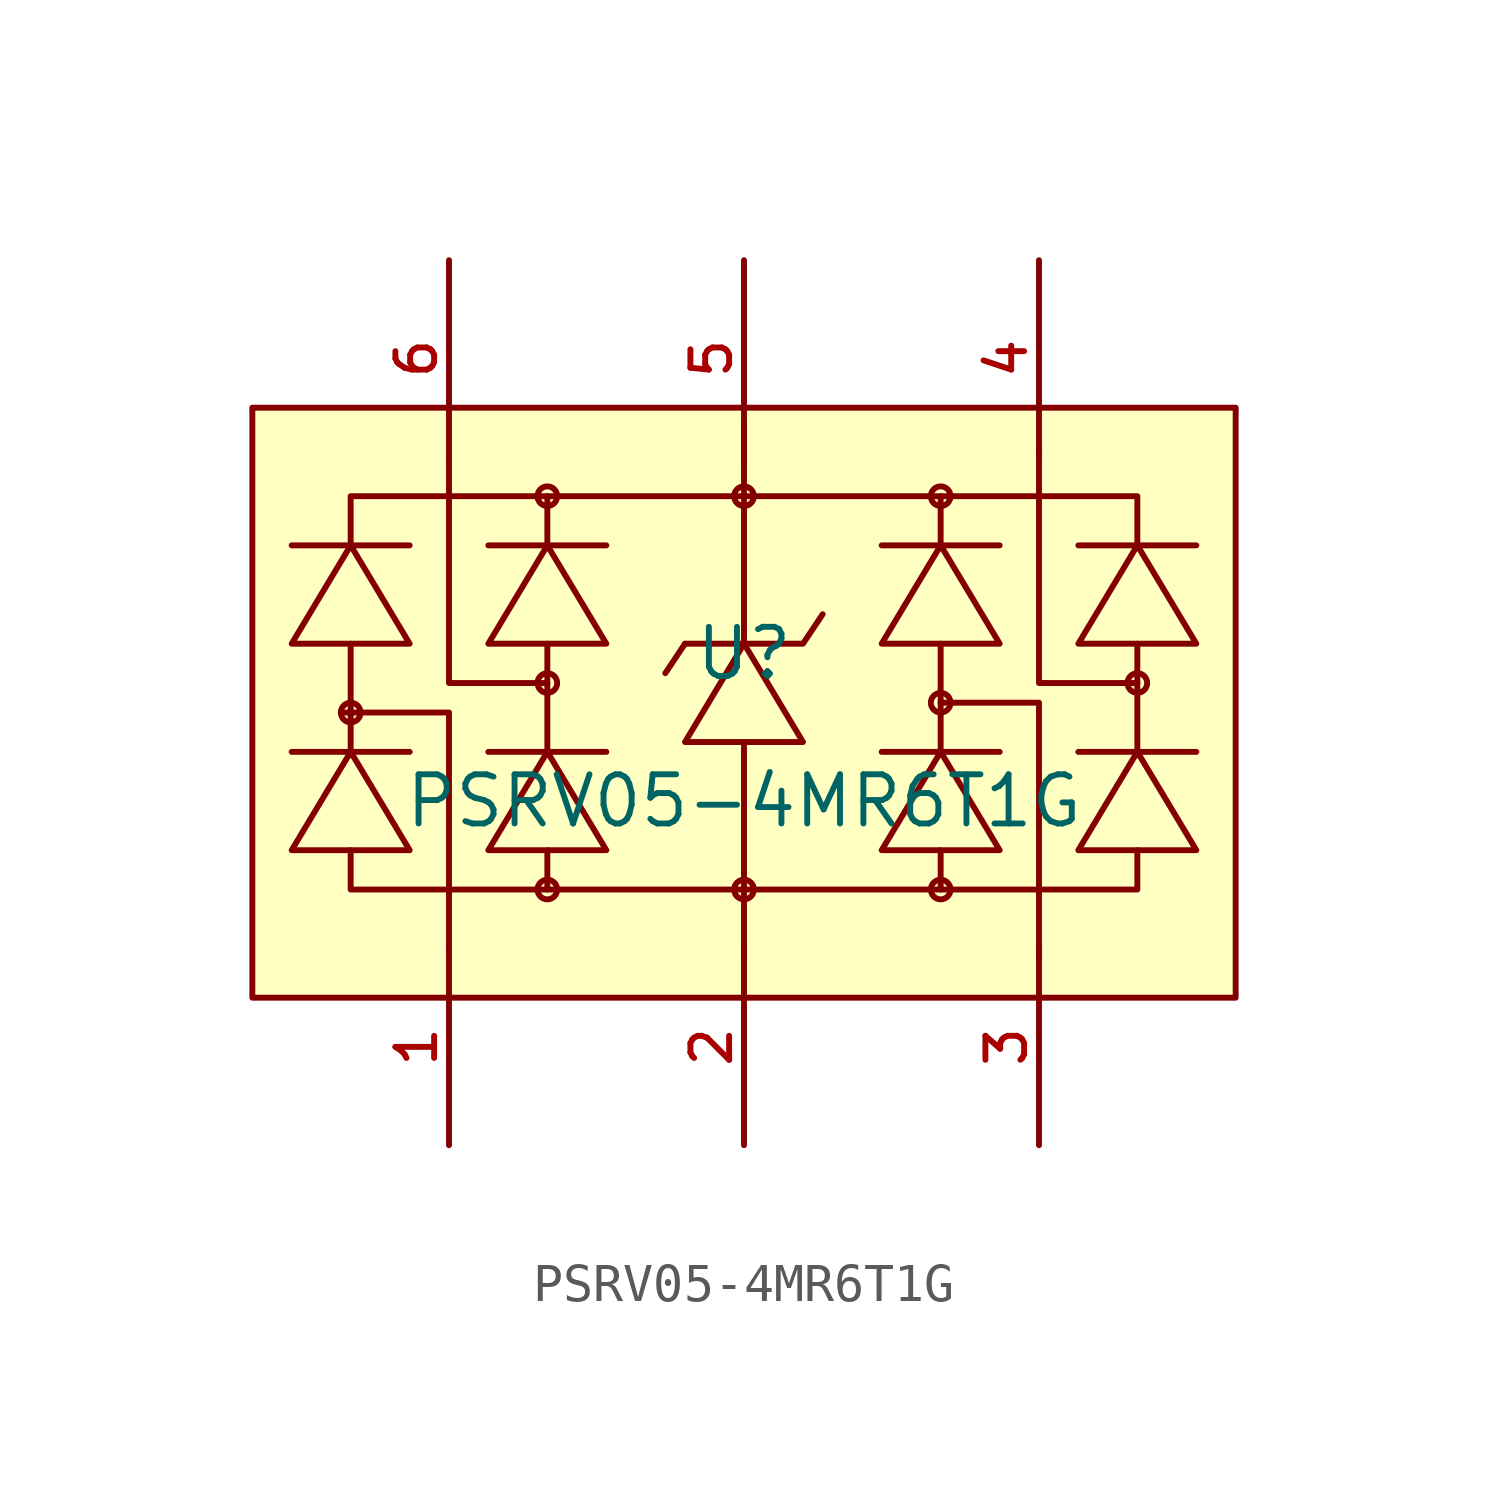
<source format=kicad_sym>
(kicad_symbol_lib
  (version 20210201)
  (generator TousstNicolas/JLC2KiCad_lib)
  (symbol "PSRV05-4MR6T1G"
    (pin_names hide)
    (property "Reference" "U"
      (at 0 1.27 0)
      (effects (font (size 1.27 1.27))))
    (property "Value" "PSRV05-4MR6T1G"
      (at 0 -2.54 0)
      (effects (font (size 1.27 1.27))))
    (symbol "PSRV05-4MR6T1G_0_1"
      (polyline (pts (xy -1.524 1.524) (xy -2.032 0.762)) (stroke (width 0) (type default) (color 0 0 0 0)) (fill (type none)))
      (polyline (pts (xy 0.0 -4.826) (xy 0.0 -6.604)) (stroke (width 0) (type default) (color 0 0 0 0)) (fill (type none)))
      (pin unspecified line (at -7.62 11.43 270) (length 5.08) (name "6" (effects (font (size 1 1)))) (number "6" (effects (font (size 1 1)))))
      (pin unspecified line (at 0.0 11.43 270) (length 5.08) (name "5" (effects (font (size 1 1)))) (number "5" (effects (font (size 1 1)))))
      (pin unspecified line (at 7.62 11.43 270) (length 5.08) (name "4" (effects (font (size 1 1)))) (number "4" (effects (font (size 1 1)))))
      (pin unspecified line (at 7.62 -11.43 90) (length 5.08) (name "3" (effects (font (size 1 1)))) (number "3" (effects (font (size 1 1)))))
      (pin unspecified line (at 0.0 -11.43 90) (length 5.08) (name "2" (effects (font (size 1 1)))) (number "2" (effects (font (size 1 1)))))
      (pin unspecified line (at -7.62 -11.43 90) (length 5.08) (name "1" (effects (font (size 1 1)))) (number "1" (effects (font (size 1 1)))))
      (polyline (pts (xy 10.16 0.508) (xy 7.62 0.508) (xy 7.62 6.604)) (stroke (width 0) (type default) (color 0 0 0 0)) (fill (type none)))
      (polyline (pts (xy 5.08 -0.0) (xy 7.62 -0.0) (xy 7.62 -6.604)) (stroke (width 0) (type default) (color 0 0 0 0)) (fill (type none)))
      (polyline (pts (xy 0.0 7.112) (xy 0.0 5.334)) (stroke (width 0) (type default) (color 0 0 0 0)) (fill (type none)))
      (polyline (pts (xy -5.08 0.508) (xy -7.62 0.508) (xy -7.62 6.096) (xy -7.62 6.35)) (stroke (width 0) (type default) (color 0 0 0 0)) (fill (type none)))
      (polyline (pts (xy -10.414 -0.254) (xy -7.62 -0.254) (xy -7.62 -6.35) (xy -7.62 -6.35)) (stroke (width 0) (type default) (color 0 0 0 0)) (fill (type none)))
      (circle (center 10.16 0.508) (radius 0.254) (stroke (width 0) (type default) (color 0 0 0 0)) (fill (type background)))
      (circle (center 5.08 -0.0) (radius 0.254) (stroke (width 0) (type default) (color 0 0 0 0)) (fill (type background)))
      (circle (center -5.08 0.508) (radius 0.254) (stroke (width 0) (type default) (color 0 0 0 0)) (fill (type background)))
      (circle (center -10.16 -0.254) (radius 0.254) (stroke (width 0) (type default) (color 0 0 0 0)) (fill (type background)))
      (circle (center -5.08 -4.826) (radius 0.254) (stroke (width 0) (type default) (color 0 0 0 0)) (fill (type background)))
      (circle (center -5.08 5.334) (radius 0.254) (stroke (width 0) (type default) (color 0 0 0 0)) (fill (type background)))
      (circle (center 5.08 5.334) (radius 0.254) (stroke (width 0) (type default) (color 0 0 0 0)) (fill (type background)))
      (circle (center 5.08 -4.826) (radius 0.254) (stroke (width 0) (type default) (color 0 0 0 0)) (fill (type background)))
      (circle (center 0.0 -4.826) (radius 0.254) (stroke (width 0) (type default) (color 0 0 0 0)) (fill (type background)))
      (circle (center 0.0 5.334) (radius 0.254) (stroke (width 0) (type default) (color 0 0 0 0)) (fill (type background)))
      (polyline (pts (xy 0.0 1.524) (xy 0.0 5.334)) (stroke (width 0) (type default) (color 0 0 0 0)) (fill (type none)))
      (polyline (pts (xy 0.0 -1.016) (xy 0.0 -4.826)) (stroke (width 0) (type default) (color 0 0 0 0)) (fill (type none)))
      (polyline (pts (xy -5.08 -3.81) (xy -5.08 -4.572) (xy -5.08 -4.826) (xy -5.08 -4.572)) (stroke (width 0) (type default) (color 0 0 0 0)) (fill (type none)))
      (polyline (pts (xy 5.08 -3.81) (xy 5.08 -4.826)) (stroke (width 0) (type default) (color 0 0 0 0)) (fill (type none)))
      (polyline (pts (xy -10.16 -3.81) (xy -10.16 -4.826) (xy 10.16 -4.826) (xy 10.16 -3.81)) (stroke (width 0) (type default) (color 0 0 0 0)) (fill (type none)))
      (polyline (pts (xy -5.08 4.064) (xy -5.08 5.334)) (stroke (width 0) (type default) (color 0 0 0 0)) (fill (type none)))
      (polyline (pts (xy 5.08 4.064) (xy 5.08 5.334)) (stroke (width 0) (type default) (color 0 0 0 0)) (fill (type none)))
      (polyline (pts (xy -10.16 4.064) (xy -10.16 5.334) (xy 10.16 5.334) (xy 10.16 4.064)) (stroke (width 0) (type default) (color 0 0 0 0)) (fill (type none)))
      (polyline (pts (xy 10.16 -1.27) (xy 10.16 1.524)) (stroke (width 0) (type default) (color 0 0 0 0)) (fill (type none)))
      (polyline (pts (xy 5.08 -1.27) (xy 5.08 1.524)) (stroke (width 0) (type default) (color 0 0 0 0)) (fill (type none)))
      (polyline (pts (xy -5.08 -1.27) (xy -5.08 1.524)) (stroke (width 0) (type default) (color 0 0 0 0)) (fill (type none)))
      (polyline (pts (xy -10.16 -1.27) (xy -10.16 1.524)) (stroke (width 0) (type default) (color 0 0 0 0)) (fill (type none)))
      (polyline (pts (xy 1.524 -1.016) (xy 0.0 1.524) (xy -1.524 -1.016) (xy 1.524 -1.016)) (stroke (width 0) (type default) (color 0 0 0 0)) (fill (type background)))
      (polyline (pts (xy -1.524 1.524) (xy 1.524 1.524) (xy 2.032 2.286)) (stroke (width 0) (type default) (color 0 0 0 0)) (fill (type none)))
      (polyline (pts (xy 11.684 1.524) (xy 10.16 4.064) (xy 8.636 1.524) (xy 11.684 1.524)) (stroke (width 0) (type default) (color 0 0 0 0)) (fill (type background)))
      (polyline (pts (xy 8.636 4.064) (xy 11.684 4.064)) (stroke (width 0) (type default) (color 0 0 0 0)) (fill (type none)))
      (polyline (pts (xy 8.636 -1.27) (xy 11.684 -1.27)) (stroke (width 0) (type default) (color 0 0 0 0)) (fill (type none)))
      (polyline (pts (xy 11.684 -3.81) (xy 10.16 -1.27) (xy 8.636 -3.81) (xy 11.684 -3.81)) (stroke (width 0) (type default) (color 0 0 0 0)) (fill (type background)))
      (polyline (pts (xy 6.604 1.524) (xy 5.08 4.064) (xy 3.556 1.524) (xy 6.604 1.524)) (stroke (width 0) (type default) (color 0 0 0 0)) (fill (type background)))
      (polyline (pts (xy 3.556 4.064) (xy 6.604 4.064)) (stroke (width 0) (type default) (color 0 0 0 0)) (fill (type none)))
      (polyline (pts (xy 3.556 -1.27) (xy 6.604 -1.27)) (stroke (width 0) (type default) (color 0 0 0 0)) (fill (type none)))
      (polyline (pts (xy 6.604 -3.81) (xy 5.08 -1.27) (xy 3.556 -3.81) (xy 6.604 -3.81)) (stroke (width 0) (type default) (color 0 0 0 0)) (fill (type background)))
      (polyline (pts (xy -3.556 1.524) (xy -5.08 4.064) (xy -6.604 1.524) (xy -3.556 1.524)) (stroke (width 0) (type default) (color 0 0 0 0)) (fill (type background)))
      (polyline (pts (xy -6.604 4.064) (xy -3.556 4.064)) (stroke (width 0) (type default) (color 0 0 0 0)) (fill (type none)))
      (polyline (pts (xy -6.604 -1.27) (xy -3.556 -1.27)) (stroke (width 0) (type default) (color 0 0 0 0)) (fill (type none)))
      (polyline (pts (xy -3.556 -3.81) (xy -5.08 -1.27) (xy -6.604 -3.81) (xy -3.556 -3.81)) (stroke (width 0) (type default) (color 0 0 0 0)) (fill (type background)))
      (polyline (pts (xy -8.636 1.524) (xy -10.16 4.064) (xy -11.684 1.524) (xy -8.636 1.524)) (stroke (width 0) (type default) (color 0 0 0 0)) (fill (type background)))
      (polyline (pts (xy -11.684 4.064) (xy -8.636 4.064)) (stroke (width 0) (type default) (color 0 0 0 0)) (fill (type none)))
      (polyline (pts (xy -11.684 -1.27) (xy -8.636 -1.27)) (stroke (width 0) (type default) (color 0 0 0 0)) (fill (type none)))
      (polyline (pts (xy -8.636 -3.81) (xy -10.16 -1.27) (xy -11.684 -3.81) (xy -8.636 -3.81)) (stroke (width 0) (type default) (color 0 0 0 0)) (fill (type background)))
      (rectangle (start -12.7 7.62) (end 12.7 -7.62) (stroke (width 0) (type default) (color 0 0 0 0)) (fill (type background))))))
</source>
